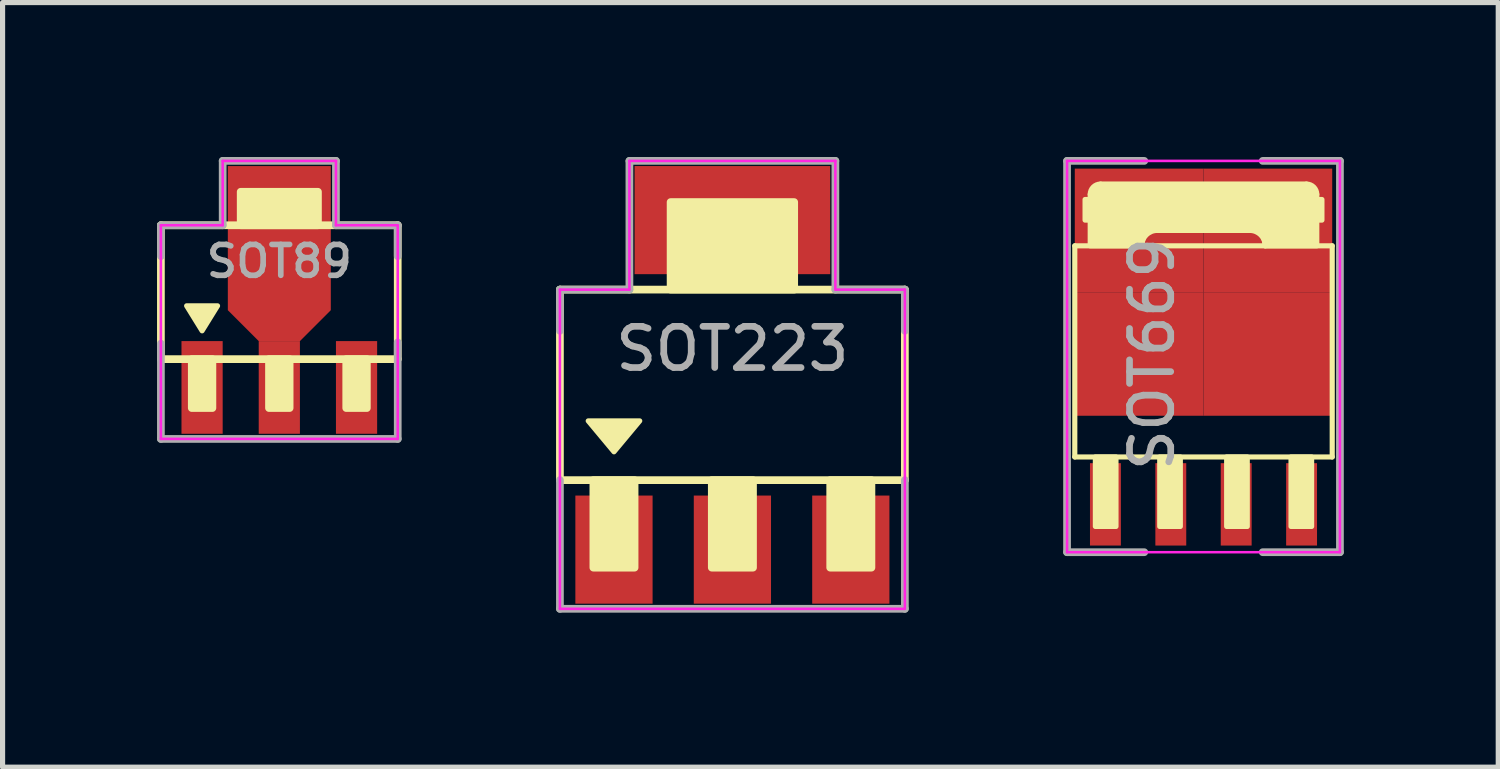
<source format=kicad_pcb>
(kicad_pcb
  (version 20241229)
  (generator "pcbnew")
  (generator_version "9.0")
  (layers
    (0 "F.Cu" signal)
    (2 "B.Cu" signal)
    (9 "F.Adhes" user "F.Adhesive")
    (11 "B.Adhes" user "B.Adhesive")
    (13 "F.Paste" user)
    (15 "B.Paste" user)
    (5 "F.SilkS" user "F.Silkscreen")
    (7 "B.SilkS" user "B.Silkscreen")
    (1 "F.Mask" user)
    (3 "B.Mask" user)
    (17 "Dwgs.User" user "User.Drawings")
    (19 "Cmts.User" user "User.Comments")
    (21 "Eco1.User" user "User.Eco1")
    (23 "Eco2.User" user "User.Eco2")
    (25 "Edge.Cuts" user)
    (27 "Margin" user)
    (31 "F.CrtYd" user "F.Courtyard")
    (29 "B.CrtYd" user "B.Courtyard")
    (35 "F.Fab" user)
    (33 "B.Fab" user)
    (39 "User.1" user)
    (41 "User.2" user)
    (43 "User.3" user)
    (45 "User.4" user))
  (footprint "SOT89"
    (layer "F.Cu")
    (at 2.375 2.625)
    (property "Reference" "SOT89" (at 0 -0.6 0) (layer "F.Fab") (effects (font (size 0.6 0.6) (thickness 0.11) (bold yes))))
    (attr smd)
    (fp_line (start -2.3 1.3) (end -2.3 -1.3) (stroke (width 0.15) (type solid)) (layer "F.SilkS"))
    (fp_line (start 2.3 -1.3) (end -2.3 -1.3) (stroke (width 0.15) (type solid)) (layer "F.SilkS"))
    (fp_line (start 2.3 1.3) (end -2.3 1.3) (stroke (width 0.15) (type solid)) (layer "F.SilkS"))
    (fp_line (start 2.3 1.3) (end 2.3 -1.3) (stroke (width 0.15) (type solid)) (layer "F.SilkS"))
    (fp_rect (start -1.7 1.3) (end -1.3 2.25) (stroke (width 0.15) (type solid)) (fill yes) (layer "F.SilkS"))
    (fp_rect (start -0.75 -1.95) (end 0.75 -1.3) (stroke (width 0.15) (type solid)) (fill yes) (layer "F.SilkS"))
    (fp_rect (start -0.2 1.3) (end 0.2 2.25) (stroke (width 0.15) (type solid)) (fill yes) (layer "F.SilkS"))
    (fp_rect (start 1.3 1.3) (end 1.7 2.25) (stroke (width 0.15) (type solid)) (fill yes) (layer "F.SilkS"))
    (fp_poly (pts (xy -1.5 0.75) (xy -1.8 0.265) (xy -1.2 0.265)) (stroke (width 0.1) (type solid)) (fill yes) (layer "F.SilkS"))
    (fp_line (start -2.3 2.85) (end -2.3 -1.3) (stroke (width 0.05) (type solid)) (layer "F.CrtYd"))
    (fp_line (start -2.3 2.85) (end 2.3 2.85) (stroke (width 0.05) (type solid)) (layer "F.CrtYd"))
    (fp_line (start -1.1 -1.3) (end -2.3 -1.3) (stroke (width 0.05) (type solid)) (layer "F.CrtYd"))
    (fp_line (start -1.1 -1.3) (end -1.1 -2.55) (stroke (width 0.05) (type solid)) (layer "F.CrtYd"))
    (fp_line (start 1.1 -2.55) (end -1.1 -2.55) (stroke (width 0.05) (type solid)) (layer "F.CrtYd"))
    (fp_line (start 1.1 -1.3) (end 1.1 -2.55) (stroke (width 0.05) (type solid)) (layer "F.CrtYd"))
    (fp_line (start 2.3 -1.3) (end 1.1 -1.3) (stroke (width 0.05) (type solid)) (layer "F.CrtYd"))
    (fp_line (start 2.3 2.85) (end 2.3 -1.3) (stroke (width 0.05) (type solid)) (layer "F.CrtYd"))
    (fp_line (start -2.3 -1.3) (end -2.3 -0.7) (stroke (width 0.15) (type solid)) (layer "F.Fab"))
    (fp_line (start -2.3 1) (end -2.3 2.85) (stroke (width 0.15) (type solid)) (layer "F.Fab"))
    (fp_line (start -2.3 2.85) (end 2.3 2.85) (stroke (width 0.15) (type solid)) (layer "F.Fab"))
    (fp_line (start -1.1 -2.55) (end -1.1 -1.3) (stroke (width 0.15) (type solid)) (layer "F.Fab"))
    (fp_line (start -1.1 -2.55) (end 1.1 -2.55) (stroke (width 0.15) (type solid)) (layer "F.Fab"))
    (fp_line (start -1.1 -1.3) (end -2.3 -1.3) (stroke (width 0.15) (type solid)) (layer "F.Fab"))
    (fp_line (start 1.1 -2.55) (end 1.1 -1.3) (stroke (width 0.15) (type solid)) (layer "F.Fab"))
    (fp_line (start 2.3 -1.3) (end 1.1 -1.3) (stroke (width 0.15) (type solid)) (layer "F.Fab"))
    (fp_line (start 2.3 -1.3) (end 2.3 -0.7) (stroke (width 0.15) (type solid)) (layer "F.Fab"))
    (fp_line (start 2.3 0.975) (end 2.3 2.85) (stroke (width 0.15) (type solid)) (layer "F.Fab"))
    (pad "1" smd rect (at -1.5 1.85 90) (size 1.8 0.8) (layers "F.Cu" "F.Mask" "F.Paste"))
    (pad "2" smd roundrect (at 0 -0.75 180) (size 2 3.4) (layers "F.Cu" "F.Mask" "F.Paste") (roundrect_rratio 0) (chamfer_ratio 0.3) (chamfer top_left top_right))
    (pad "2" smd rect (at 0 1.85 90) (size 1.8 0.8) (layers "F.Cu" "F.Mask" "F.Paste"))
    (pad "3" smd rect (at 1.5 1.85 90) (size 1.8 0.8) (layers "F.Cu" "F.Mask" "F.Paste")))
  (footprint "SOT669"
    (layer "F.Cu")
    (at 20.325 3.825)
    (property "Reference" "SOT669" (at -1 0 90) (layer "F.Fab") (effects (font (size 0.8 0.8) (thickness 0.13))))
    (attr smd)
    (fp_line (start -2.5 -2.1) (end -2.5 2) (stroke (width 0.1) (type solid)) (layer "F.SilkS"))
    (fp_line (start -2.5 -2.1) (end 2.5 -2.1) (stroke (width 0.1) (type solid)) (layer "F.SilkS"))
    (fp_line (start 2.5 -2.1) (end 2.5 2) (stroke (width 0.1) (type solid)) (layer "F.SilkS"))
    (fp_line (start 2.5 2) (end -2.5 2) (stroke (width 0.1) (type solid)) (layer "F.SilkS"))
    (fp_arc (start -2.2 -3.1) (mid -2.141421 -3.241421) (end -2 -3.3) (stroke (width 0.1) (type solid)) (layer "F.SilkS"))
    (fp_arc (start -1.2 -2.1) (mid -1.112132 -2.312132) (end -0.9 -2.4) (stroke (width 0.1) (type solid)) (layer "F.SilkS"))
    (fp_arc (start 0.9 -2.4) (mid 1.112132 -2.312132) (end 1.2 -2.1) (stroke (width 0.1) (type solid)) (layer "F.SilkS"))
    (fp_arc (start 2 -3.3) (mid 2.141421 -3.241421) (end 2.2 -3.1) (stroke (width 0.1) (type solid)) (layer "F.SilkS"))
    (fp_poly (pts (xy -1.7 3.35) (xy -2.1 3.35) (xy -2.1 2) (xy -1.7 2)) (stroke (width 0.1) (type solid)) (fill yes) (layer "F.SilkS"))
    (fp_poly (pts (xy -0.45 3.35) (xy -0.85 3.35) (xy -0.85 2) (xy -0.45 2)) (stroke (width 0.1) (type solid)) (fill yes) (layer "F.SilkS"))
    (fp_poly (pts (xy 0.85 3.35) (xy 0.45 3.35) (xy 0.45 2) (xy 0.85 2)) (stroke (width 0.1) (type solid)) (fill yes) (layer "F.SilkS"))
    (fp_poly (pts (xy 2.1 3.35) (xy 1.7 3.35) (xy 1.7 2) (xy 2.1 2)) (stroke (width 0.1) (type solid)) (fill yes) (layer "F.SilkS"))
    (fp_poly (pts (xy 2.2 -3.1) (xy 2.2 -3) (xy 2.3 -3) (xy 2.3 -2.6) (xy 2.2 -2.6) (xy 2.2 -2.1) (xy 1.2 -2.1) (xy 1.15 -2.4) (xy 0.9 -2.4) (xy -0.9 -2.4) (xy -1.15 -2.4) (xy -1.2 -2.1) (xy -2.2 -2.1) (xy -2.2 -2.6) (xy -2.3 -2.6) (xy -2.3 -3) (xy -2.2 -3) (xy -2.2 -3.1) (xy -2 -3.3) (xy 2 -3.3)) (stroke (width 0.1) (type solid)) (fill yes) (layer "F.SilkS"))
    (fp_line (start -2.65 3.85) (end -2.65 -3.75) (stroke (width 0.05) (type solid)) (layer "F.CrtYd"))
    (fp_line (start 2.65 -3.75) (end -2.65 -3.75) (stroke (width 0.05) (type solid)) (layer "F.CrtYd"))
    (fp_line (start 2.65 3.85) (end -2.65 3.85) (stroke (width 0.05) (type solid)) (layer "F.CrtYd"))
    (fp_line (start 2.65 3.85) (end 2.65 -3.75) (stroke (width 0.05) (type solid)) (layer "F.CrtYd"))
    (fp_line (start -2.65 -3.75) (end -2.65 3.85) (stroke (width 0.15) (type solid)) (layer "F.Fab"))
    (fp_line (start -2.65 -3.75) (end -1.15 -3.75) (stroke (width 0.15) (type solid)) (layer "F.Fab"))
    (fp_line (start -2.65 3.85) (end -1.15 3.85) (stroke (width 0.15) (type solid)) (layer "F.Fab"))
    (fp_line (start 1.15 -3.75) (end 2.65 -3.75) (stroke (width 0.15) (type solid)) (layer "F.Fab"))
    (fp_line (start 1.15 3.85) (end 2.65 3.85) (stroke (width 0.15) (type solid)) (layer "F.Fab"))
    (fp_line (start 2.65 -3.75) (end 2.65 3.85) (stroke (width 0.15) (type solid)) (layer "F.Fab"))
    (pad "1" smd rect (at 1.905 2.921 90) (size 1.6 0.6) (layers "F.Cu" "F.Mask" "F.Paste"))
    (pad "2" smd rect (at -1.25 -2.4 90) (size 2.4 2.5) (layers "F.Cu" "F.Mask" "F.Paste"))
    (pad "2" smd rect (at -1.25 0 90) (size 2.4 2.5) (layers "F.Cu" "F.Mask" "F.Paste"))
    (pad "2" smd rect (at 1.25 -2.4 90) (size 2.4 2.5) (layers "F.Cu" "F.Mask" "F.Paste"))
    (pad "2" smd rect (at 1.25 0 90) (size 2.4 2.5) (layers "F.Cu" "F.Mask" "F.Paste"))
    (pad "3" smd rect (at -1.905 2.921 90) (size 1.6 0.6) (layers "F.Cu" "F.Mask" "F.Paste"))
    (pad "3" smd rect (at -0.635 2.921 90) (size 1.6 0.6) (layers "F.Cu" "F.Mask" "F.Paste"))
    (pad "3" smd rect (at 0.635 2.921 90) (size 1.6 0.6) (layers "F.Cu" "F.Mask" "F.Paste")))
  (footprint "SOT223"
    (layer "F.Cu")
    (at 11.175 4.425)
    (property "Reference" "SOT223" (at 0 -0.7 0) (layer "F.Fab") (effects (font (size 0.8 0.8) (thickness 0.13))))
    (attr smd)
    (fp_line (start -3.35 -1.85) (end 3.35 -1.85) (stroke (width 0.15) (type solid)) (layer "F.SilkS"))
    (fp_line (start -3.35 1.85) (end -3.35 -1.85) (stroke (width 0.15) (type solid)) (layer "F.SilkS"))
    (fp_line (start 3.35 -1.85) (end 3.35 1.85) (stroke (width 0.15) (type solid)) (layer "F.SilkS"))
    (fp_line (start 3.35 1.85) (end -3.35 1.85) (stroke (width 0.15) (type solid)) (layer "F.SilkS"))
    (fp_rect (start -2.7 1.85) (end -1.9 3.55) (stroke (width 0.15) (type solid)) (fill yes) (layer "F.SilkS"))
    (fp_rect (start -1.2 -3.55) (end 1.2 -1.85) (stroke (width 0.15) (type solid)) (fill yes) (layer "F.SilkS"))
    (fp_rect (start -0.4 1.85) (end 0.4 3.55) (stroke (width 0.15) (type solid)) (fill yes) (layer "F.SilkS"))
    (fp_rect (start 1.9 1.85) (end 2.7 3.55) (stroke (width 0.15) (type solid)) (fill yes) (layer "F.SilkS"))
    (fp_poly (pts (xy -2.3 1.3) (xy -2.8 0.7) (xy -1.8 0.7)) (stroke (width 0.1) (type solid)) (fill yes) (layer "F.SilkS"))
    (fp_line (start -3.35 -1.85) (end -2 -1.85) (stroke (width 0.05) (type solid)) (layer "F.CrtYd"))
    (fp_line (start -3.35 4.35) (end -3.35 -1.85) (stroke (width 0.05) (type solid)) (layer "F.CrtYd"))
    (fp_line (start -2 -4.35) (end 2 -4.35) (stroke (width 0.05) (type solid)) (layer "F.CrtYd"))
    (fp_line (start -2 -1.85) (end -2 -4.35) (stroke (width 0.05) (type solid)) (layer "F.CrtYd"))
    (fp_line (start 2 -4.35) (end 2 -1.85) (stroke (width 0.05) (type solid)) (layer "F.CrtYd"))
    (fp_line (start 2 -1.85) (end 3.35 -1.85) (stroke (width 0.05) (type solid)) (layer "F.CrtYd"))
    (fp_line (start 3.35 4.35) (end -3.35 4.35) (stroke (width 0.05) (type solid)) (layer "F.CrtYd"))
    (fp_line (start 3.35 4.35) (end 3.35 -1.85) (stroke (width 0.05) (type solid)) (layer "F.CrtYd"))
    (fp_line (start -3.35 -1.85) (end -3.35 -1.05) (stroke (width 0.15) (type solid)) (layer "F.Fab"))
    (fp_line (start -3.35 -1.85) (end -2 -1.85) (stroke (width 0.15) (type solid)) (layer "F.Fab"))
    (fp_line (start -3.35 1.85) (end -3.35 4.35) (stroke (width 0.15) (type solid)) (layer "F.Fab"))
    (fp_line (start -3.35 4.35) (end 3.35 4.35) (stroke (width 0.15) (type solid)) (layer "F.Fab"))
    (fp_line (start -2 -4.35) (end -2 -1.85) (stroke (width 0.15) (type solid)) (layer "F.Fab"))
    (fp_line (start -2 -4.35) (end 2 -4.35) (stroke (width 0.15) (type solid)) (layer "F.Fab"))
    (fp_line (start 2 -4.35) (end 2 -1.85) (stroke (width 0.15) (type solid)) (layer "F.Fab"))
    (fp_line (start 2 -1.85) (end 3.35 -1.85) (stroke (width 0.15) (type solid)) (layer "F.Fab"))
    (fp_line (start 3.35 -1.85) (end 3.35 -1.05) (stroke (width 0.15) (type solid)) (layer "F.Fab"))
    (fp_line (start 3.35 1.85) (end 3.35 4.35) (stroke (width 0.15) (type solid)) (layer "F.Fab"))
    (pad "1" smd rect (at -2.3 3.2 90) (size 2.1 1.5) (layers "F.Cu" "F.Mask" "F.Paste"))
    (pad "2" smd rect (at 0 -3.2 90) (size 2.1 3.8) (layers "F.Cu" "F.Mask" "F.Paste"))
    (pad "2" smd rect (at 0 3.2 90) (size 2.1 1.5) (layers "F.Cu" "F.Mask" "F.Paste"))
    (pad "3" smd rect (at 2.3 3.2 90) (size 2.1 1.5) (layers "F.Cu" "F.Mask" "F.Paste")))
  (gr_rect
    (start -3 -3)
    (end 26.05 11.85)
    (stroke (width 0.1) (type default))
    (fill no)
    (layer "Edge.Cuts")))
</source>
